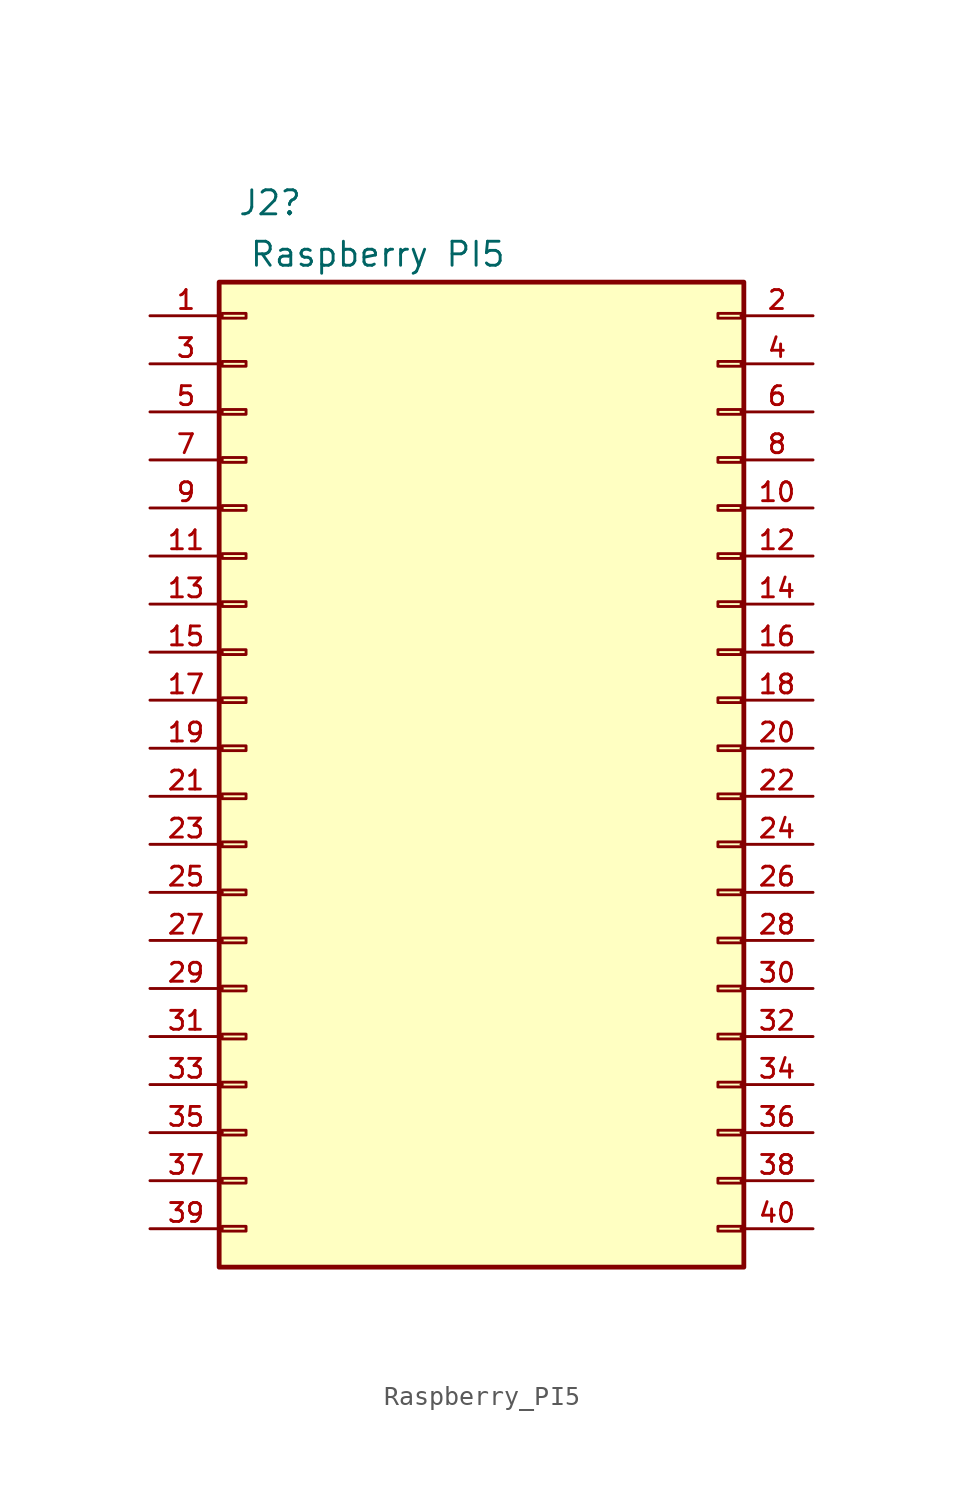
<source format=kicad_sym>
(kicad_symbol_lib
  (version 20220914)
  (generator kicad_symbol_editor)
  (symbol "Raspberry_PI5"
    (pin_names
      (offset 1.016) hide)
    (property "Reference" "J2"
      (at 1.27 54.229 0)
      (effects (font (size 1.27 1.27))))
    (property "Value" "Raspberry PI5"
      (at 6.96 51.511 0)
      (effects (font (size 1.27 1.27))))
    (symbol "Raspberry_PI5_1_1"
      (rectangle (start -1.422 50.038) (end 26.314 -2.032) (stroke (width 0.254) (type default)) (fill (type background)))
      (rectangle (start -1.27 0.127) (end 0 -0.127) (stroke (width 0.152) (type default)) (fill (type none)))
      (rectangle (start -1.27 2.667) (end 0 2.413) (stroke (width 0.152) (type default)) (fill (type none)))
      (rectangle (start -1.27 5.207) (end 0 4.953) (stroke (width 0.152) (type default)) (fill (type none)))
      (rectangle (start -1.27 7.747) (end 0 7.493) (stroke (width 0.152) (type default)) (fill (type none)))
      (rectangle (start -1.27 10.287) (end 0 10.033) (stroke (width 0.152) (type default)) (fill (type none)))
      (rectangle (start -1.27 12.827) (end 0 12.573) (stroke (width 0.152) (type default)) (fill (type none)))
      (rectangle (start -1.27 15.367) (end 0 15.113) (stroke (width 0.152) (type default)) (fill (type none)))
      (rectangle (start -1.27 17.907) (end 0 17.653) (stroke (width 0.152) (type default)) (fill (type none)))
      (rectangle (start -1.27 20.447) (end 0 20.193) (stroke (width 0.152) (type default)) (fill (type none)))
      (rectangle (start -1.27 22.987) (end 0 22.733) (stroke (width 0.152) (type default)) (fill (type none)))
      (rectangle (start -1.27 25.527) (end 0 25.273) (stroke (width 0.152) (type default)) (fill (type none)))
      (rectangle (start -1.27 28.067) (end 0 27.813) (stroke (width 0.152) (type default)) (fill (type none)))
      (rectangle (start -1.27 30.607) (end 0 30.353) (stroke (width 0.152) (type default)) (fill (type none)))
      (rectangle (start -1.27 33.147) (end 0 32.893) (stroke (width 0.152) (type default)) (fill (type none)))
      (rectangle (start -1.27 35.687) (end 0 35.433) (stroke (width 0.152) (type default)) (fill (type none)))
      (rectangle (start -1.27 38.227) (end 0 37.973) (stroke (width 0.152) (type default)) (fill (type none)))
      (rectangle (start -1.27 40.767) (end 0 40.513) (stroke (width 0.152) (type default)) (fill (type none)))
      (rectangle (start -1.27 43.307) (end 0 43.053) (stroke (width 0.152) (type default)) (fill (type none)))
      (rectangle (start -1.27 45.847) (end 0 45.593) (stroke (width 0.152) (type default)) (fill (type none)))
      (rectangle (start -1.27 48.387) (end 0 48.133) (stroke (width 0.152) (type default)) (fill (type none)))
      (rectangle (start 24.943 0.127) (end 26.213 -0.127) (stroke (width 0.152) (type default)) (fill (type none)))
      (rectangle (start 26.213 2.667) (end 24.943 2.413) (stroke (width 0.152) (type default)) (fill (type none)))
      (rectangle (start 26.213 5.207) (end 24.943 4.953) (stroke (width 0.152) (type default)) (fill (type none)))
      (rectangle (start 26.213 7.747) (end 24.943 7.493) (stroke (width 0.152) (type default)) (fill (type none)))
      (rectangle (start 26.213 10.287) (end 24.943 10.033) (stroke (width 0.152) (type default)) (fill (type none)))
      (rectangle (start 26.213 12.827) (end 24.943 12.573) (stroke (width 0.152) (type default)) (fill (type none)))
      (rectangle (start 26.213 15.367) (end 24.943 15.113) (stroke (width 0.152) (type default)) (fill (type none)))
      (rectangle (start 26.213 17.907) (end 24.943 17.653) (stroke (width 0.152) (type default)) (fill (type none)))
      (rectangle (start 26.213 20.447) (end 24.943 20.193) (stroke (width 0.152) (type default)) (fill (type none)))
      (rectangle (start 26.213 22.987) (end 24.943 22.733) (stroke (width 0.152) (type default)) (fill (type none)))
      (rectangle (start 26.213 25.527) (end 24.943 25.273) (stroke (width 0.152) (type default)) (fill (type none)))
      (rectangle (start 26.213 28.067) (end 24.943 27.813) (stroke (width 0.152) (type default)) (fill (type none)))
      (rectangle (start 26.213 30.607) (end 24.943 30.353) (stroke (width 0.152) (type default)) (fill (type none)))
      (rectangle (start 26.213 33.147) (end 24.943 32.893) (stroke (width 0.152) (type default)) (fill (type none)))
      (rectangle (start 26.213 35.687) (end 24.943 35.433) (stroke (width 0.152) (type default)) (fill (type none)))
      (rectangle (start 26.213 38.227) (end 24.943 37.973) (stroke (width 0.152) (type default)) (fill (type none)))
      (rectangle (start 26.213 40.767) (end 24.943 40.513) (stroke (width 0.152) (type default)) (fill (type none)))
      (rectangle (start 26.213 43.307) (end 24.943 43.053) (stroke (width 0.152) (type default)) (fill (type none)))
      (rectangle (start 26.213 45.847) (end 24.943 45.593) (stroke (width 0.152) (type default)) (fill (type none)))
      (rectangle (start 26.213 48.387) (end 24.943 48.133) (stroke (width 0.152) (type default)) (fill (type none)))
      (pin passive line (at -5.08 48.26 0) (length 3.81) (name "3V3Power" (effects (font (size 1 1)))) (number "1" (effects (font (size 1 1)))))
      (pin passive line (at 29.972 38.1 180) (length 3.81) (name "GPIO15/RXD" (effects (font (size 1 1)))) (number "10" (effects (font (size 1 1)))))
      (pin passive line (at -5.08 35.56 0) (length 3.81) (name "GPIO17" (effects (font (size 1 1)))) (number "11" (effects (font (size 1 1)))))
      (pin passive line (at 29.972 35.56 180) (length 3.81) (name "GPIO18/PCM_CLK" (effects (font (size 1 1)))) (number "12" (effects (font (size 1 1)))))
      (pin passive line (at -5.08 33.02 0) (length 3.81) (name "GPIO27" (effects (font (size 1 1)))) (number "13" (effects (font (size 1 1)))))
      (pin passive line (at 29.972 33.02 180) (length 3.81) (name "GND" (effects (font (size 1 1)))) (number "14" (effects (font (size 1 1)))))
      (pin passive line (at -5.08 30.48 0) (length 3.81) (name "GPIO22" (effects (font (size 1 1)))) (number "15" (effects (font (size 1 1)))))
      (pin passive line (at 29.972 30.48 180) (length 3.81) (name "GPIO23" (effects (font (size 1 1)))) (number "16" (effects (font (size 1 1)))))
      (pin passive line (at -5.08 27.94 0) (length 3.81) (name "3v3Power" (effects (font (size 1 1)))) (number "17" (effects (font (size 1 1)))))
      (pin passive line (at 29.972 27.94 180) (length 3.81) (name "GPIO24" (effects (font (size 1 1)))) (number "18" (effects (font (size 1 1)))))
      (pin passive line (at -5.08 25.4 0) (length 3.81) (name "GPIO10/MOSI" (effects (font (size 1 1)))) (number "19" (effects (font (size 1 1)))))
      (pin passive line (at 29.972 48.26 180) (length 3.81) (name "5VPower" (effects (font (size 1 1)))) (number "2" (effects (font (size 1 1)))))
      (pin passive line (at 29.972 25.4 180) (length 3.81) (name "GND" (effects (font (size 1 1)))) (number "20" (effects (font (size 1 1)))))
      (pin passive line (at -5.08 22.86 0) (length 3.81) (name "GPIO9/MISO" (effects (font (size 1 1)))) (number "21" (effects (font (size 1 1)))))
      (pin passive line (at 29.972 22.86 180) (length 3.81) (name "GPIO25" (effects (font (size 1 1)))) (number "22" (effects (font (size 1 1)))))
      (pin passive line (at -5.08 20.32 0) (length 3.81) (name "GPIO11/SCLK" (effects (font (size 1 1)))) (number "23" (effects (font (size 1 1)))))
      (pin passive line (at 29.972 20.32 180) (length 3.81) (name "GPIO8/CE0" (effects (font (size 1 1)))) (number "24" (effects (font (size 1 1)))))
      (pin passive line (at -5.08 17.78 0) (length 3.81) (name "GND" (effects (font (size 1 1)))) (number "25" (effects (font (size 1 1)))))
      (pin passive line (at 29.972 17.78 180) (length 3.81) (name "GPIO7/CE1" (effects (font (size 1 1)))) (number "26" (effects (font (size 1 1)))))
      (pin passive line (at -5.08 15.24 0) (length 3.81) (name "GPIO0/ID_SD" (effects (font (size 1 1)))) (number "27" (effects (font (size 1 1)))))
      (pin passive line (at 29.972 15.24 180) (length 3.81) (name "GPIO1/ID_SC" (effects (font (size 1 1)))) (number "28" (effects (font (size 1 1)))))
      (pin passive line (at -5.08 12.7 0) (length 3.81) (name "GPIO5" (effects (font (size 1 1)))) (number "29" (effects (font (size 1 1)))))
      (pin passive line (at -5.08 45.72 0) (length 3.81) (name "GPIO2/SDA" (effects (font (size 1 1)))) (number "3" (effects (font (size 1 1)))))
      (pin passive line (at 29.972 12.7 180) (length 3.81) (name "GND" (effects (font (size 1 1)))) (number "30" (effects (font (size 1 1)))))
      (pin passive line (at -5.08 10.16 0) (length 3.81) (name "GPIO6" (effects (font (size 1 1)))) (number "31" (effects (font (size 1 1)))))
      (pin passive line (at 29.972 10.16 180) (length 3.81) (name "GPIO12/PWM0" (effects (font (size 1 1)))) (number "32" (effects (font (size 1 1)))))
      (pin passive line (at -5.08 7.62 0) (length 3.81) (name "GPIO13/PWM1" (effects (font (size 1 1)))) (number "33" (effects (font (size 1 1)))))
      (pin passive line (at 29.972 7.62 180) (length 3.81) (name "GROUND" (effects (font (size 1 1)))) (number "34" (effects (font (size 1 1)))))
      (pin passive line (at -5.08 5.08 0) (length 3.81) (name "GPIO19/PCM_FS" (effects (font (size 1 1)))) (number "35" (effects (font (size 1 1)))))
      (pin passive line (at 29.972 5.08 180) (length 3.81) (name "GPIO16" (effects (font (size 1 1)))) (number "36" (effects (font (size 1 1)))))
      (pin passive line (at -5.08 2.54 0) (length 3.81) (name "GPIO26" (effects (font (size 1 1)))) (number "37" (effects (font (size 1 1)))))
      (pin passive line (at 29.972 2.54 180) (length 3.81) (name "GPIO20/PCM_DIN" (effects (font (size 1 1)))) (number "38" (effects (font (size 1 1)))))
      (pin passive line (at -5.08 0 0) (length 3.81) (name "GND" (effects (font (size 1 1)))) (number "39" (effects (font (size 1 1)))))
      (pin passive line (at 29.972 45.72 180) (length 3.81) (name "5VPower" (effects (font (size 1 1)))) (number "4" (effects (font (size 1 1)))))
      (pin passive line (at 29.972 0 180) (length 3.81) (name "GPIO21/PCM_DOUT" (effects (font (size 1 1)))) (number "40" (effects (font (size 1 1)))))
      (pin passive line (at -5.08 43.18 0) (length 3.81) (name "GPIO3/SCL" (effects (font (size 1 1)))) (number "5" (effects (font (size 1 1)))))
      (pin passive line (at 29.972 43.18 180) (length 3.81) (name "GND" (effects (font (size 1 1)))) (number "6" (effects (font (size 1 1)))))
      (pin passive line (at -5.08 40.64 0) (length 3.81) (name "GPIO4/GPCLK0" (effects (font (size 1 1)))) (number "7" (effects (font (size 1 1)))))
      (pin passive line (at 29.972 40.64 180) (length 3.81) (name "GPIO14/TXD" (effects (font (size 1 1)))) (number "8" (effects (font (size 1 1)))))
      (pin passive line (at -5.08 38.1 0) (length 3.81) (name "GND" (effects (font (size 1 1)))) (number "9" (effects (font (size 1 1))))))))
</source>
